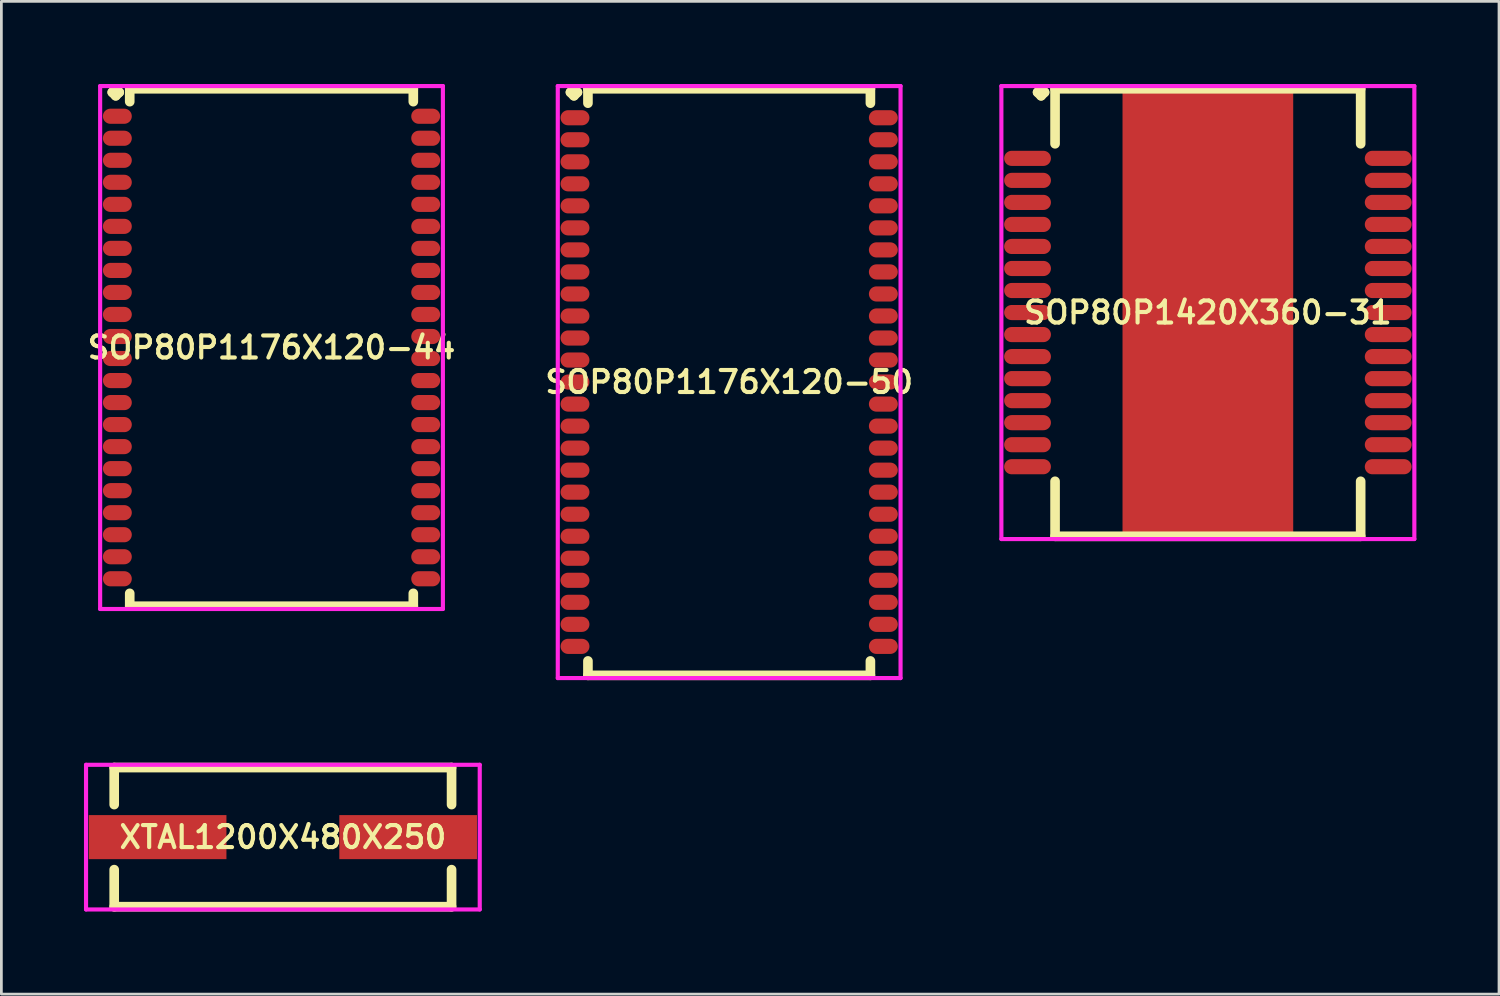
<source format=kicad_pcb>
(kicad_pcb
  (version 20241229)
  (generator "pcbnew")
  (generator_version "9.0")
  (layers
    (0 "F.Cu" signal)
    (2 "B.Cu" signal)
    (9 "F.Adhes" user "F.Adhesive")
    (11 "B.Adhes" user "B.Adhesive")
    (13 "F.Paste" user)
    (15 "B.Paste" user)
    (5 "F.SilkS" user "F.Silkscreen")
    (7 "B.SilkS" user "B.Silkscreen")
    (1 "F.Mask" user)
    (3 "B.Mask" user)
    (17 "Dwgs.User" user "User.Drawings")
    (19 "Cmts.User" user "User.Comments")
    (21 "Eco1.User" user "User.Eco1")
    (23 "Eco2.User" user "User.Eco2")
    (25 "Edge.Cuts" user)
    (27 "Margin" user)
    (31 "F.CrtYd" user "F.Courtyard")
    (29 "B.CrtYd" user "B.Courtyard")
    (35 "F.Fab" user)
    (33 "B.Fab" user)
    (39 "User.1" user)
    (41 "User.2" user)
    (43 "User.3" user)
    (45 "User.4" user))
  (footprint "XTAL1200X480X250"
    (layer "F.Cu")
    (at 7.225 27.356)
    (property "Reference" "XTAL1200X480X250" (at 0 0 0) (layer "F.SilkS") (effects (font (size 0.8 0.8) (thickness 0.15))))
    (attr smd)
    (fp_line (start -6.127 -2.527) (end 6.127 -2.527) (stroke (width 0.35) (type solid)) (layer "F.SilkS"))
    (fp_line (start -6.127 -1.181) (end -6.127 -2.527) (stroke (width 0.35) (type solid)) (layer "F.SilkS"))
    (fp_line (start -6.127 1.181) (end -6.127 2.527) (stroke (width 0.35) (type solid)) (layer "F.SilkS"))
    (fp_line (start -6.127 2.527) (end 6.127 2.527) (stroke (width 0.35) (type solid)) (layer "F.SilkS"))
    (fp_line (start 6.127 -2.527) (end 6.127 -1.181) (stroke (width 0.35) (type solid)) (layer "F.SilkS"))
    (fp_line (start 6.127 2.527) (end 6.127 1.181) (stroke (width 0.35) (type solid)) (layer "F.SilkS"))
    (fp_line (start -7.15 -2.627) (end 7.15 -2.627) (stroke (width 0.15) (type solid)) (layer "F.CrtYd"))
    (fp_line (start -7.15 2.627) (end -7.15 -2.627) (stroke (width 0.15) (type solid)) (layer "F.CrtYd"))
    (fp_line (start 7.15 -2.627) (end 7.15 2.627) (stroke (width 0.15) (type solid)) (layer "F.CrtYd"))
    (fp_line (start 7.15 2.627) (end -7.15 2.627) (stroke (width 0.15) (type solid)) (layer "F.CrtYd"))
    (pad "1" smd rect (at -4.55 0) (size 5 1.6) (layers "F.Cu" "F.Mask" "F.Paste"))
    (pad "2" smd rect (at 4.55 0) (size 5 1.6) (layers "F.Cu" "F.Mask" "F.Paste")))
  (footprint "SOP80P1176X120-50"
    (layer "F.Cu")
    (at 23.435 10.827)
    (property "Reference" "SOP80P1176X120-50" (at 0 0 0) (layer "F.SilkS") (effects (font (size 0.8 0.8) (thickness 0.15))))
    (attr smd)
    (fp_line (start -5.765 -10.525) (end -5.638 -10.652) (stroke (width 0.35) (type solid)) (layer "F.SilkS"))
    (fp_line (start -5.638 -10.652) (end -5.511 -10.525) (stroke (width 0.35) (type solid)) (layer "F.SilkS"))
    (fp_line (start -5.638 -10.398) (end -5.765 -10.525) (stroke (width 0.35) (type solid)) (layer "F.SilkS"))
    (fp_line (start -5.511 -10.525) (end -5.638 -10.398) (stroke (width 0.35) (type solid)) (layer "F.SilkS"))
    (fp_line (start -5.13 -10.652) (end 5.13 -10.652) (stroke (width 0.35) (type solid)) (layer "F.SilkS"))
    (fp_line (start -5.13 -10.129) (end -5.13 -10.652) (stroke (width 0.35) (type solid)) (layer "F.SilkS"))
    (fp_line (start -5.13 10.129) (end -5.13 10.652) (stroke (width 0.35) (type solid)) (layer "F.SilkS"))
    (fp_line (start -5.13 10.652) (end 5.13 10.652) (stroke (width 0.35) (type solid)) (layer "F.SilkS"))
    (fp_line (start 5.13 -10.652) (end 5.13 -10.129) (stroke (width 0.35) (type solid)) (layer "F.SilkS"))
    (fp_line (start 5.13 10.652) (end 5.13 10.129) (stroke (width 0.35) (type solid)) (layer "F.SilkS"))
    (fp_line (start -6.225 -10.752) (end 6.225 -10.752) (stroke (width 0.15) (type solid)) (layer "F.CrtYd"))
    (fp_line (start -6.225 10.752) (end -6.225 -10.752) (stroke (width 0.15) (type solid)) (layer "F.CrtYd"))
    (fp_line (start 6.225 -10.752) (end 6.225 10.752) (stroke (width 0.15) (type solid)) (layer "F.CrtYd"))
    (fp_line (start 6.225 10.752) (end -6.225 10.752) (stroke (width 0.15) (type solid)) (layer "F.CrtYd"))
    (pad "1" smd oval (at -5.6 -9.6) (size 1.05 0.55) (layers "F.Cu" "F.Mask" "F.Paste"))
    (pad "2" smd oval (at -5.6 -8.8) (size 1.05 0.55) (layers "F.Cu" "F.Mask" "F.Paste"))
    (pad "3" smd oval (at -5.6 -8) (size 1.05 0.55) (layers "F.Cu" "F.Mask" "F.Paste"))
    (pad "4" smd oval (at -5.6 -7.2) (size 1.05 0.55) (layers "F.Cu" "F.Mask" "F.Paste"))
    (pad "5" smd oval (at -5.6 -6.4) (size 1.05 0.55) (layers "F.Cu" "F.Mask" "F.Paste"))
    (pad "6" smd oval (at -5.6 -5.6) (size 1.05 0.55) (layers "F.Cu" "F.Mask" "F.Paste"))
    (pad "7" smd oval (at -5.6 -4.8) (size 1.05 0.55) (layers "F.Cu" "F.Mask" "F.Paste"))
    (pad "8" smd oval (at -5.6 -4) (size 1.05 0.55) (layers "F.Cu" "F.Mask" "F.Paste"))
    (pad "9" smd oval (at -5.6 -3.2) (size 1.05 0.55) (layers "F.Cu" "F.Mask" "F.Paste"))
    (pad "10" smd oval (at -5.6 -2.4) (size 1.05 0.55) (layers "F.Cu" "F.Mask" "F.Paste"))
    (pad "11" smd oval (at -5.6 -1.6) (size 1.05 0.55) (layers "F.Cu" "F.Mask" "F.Paste"))
    (pad "12" smd oval (at -5.6 -0.8) (size 1.05 0.55) (layers "F.Cu" "F.Mask" "F.Paste"))
    (pad "13" smd oval (at -5.6 0) (size 1.05 0.55) (layers "F.Cu" "F.Mask" "F.Paste"))
    (pad "14" smd oval (at -5.6 0.8) (size 1.05 0.55) (layers "F.Cu" "F.Mask" "F.Paste"))
    (pad "15" smd oval (at -5.6 1.6) (size 1.05 0.55) (layers "F.Cu" "F.Mask" "F.Paste"))
    (pad "16" smd oval (at -5.6 2.4) (size 1.05 0.55) (layers "F.Cu" "F.Mask" "F.Paste"))
    (pad "17" smd oval (at -5.6 3.2) (size 1.05 0.55) (layers "F.Cu" "F.Mask" "F.Paste"))
    (pad "18" smd oval (at -5.6 4) (size 1.05 0.55) (layers "F.Cu" "F.Mask" "F.Paste"))
    (pad "19" smd oval (at -5.6 4.8) (size 1.05 0.55) (layers "F.Cu" "F.Mask" "F.Paste"))
    (pad "20" smd oval (at -5.6 5.6) (size 1.05 0.55) (layers "F.Cu" "F.Mask" "F.Paste"))
    (pad "21" smd oval (at -5.6 6.4) (size 1.05 0.55) (layers "F.Cu" "F.Mask" "F.Paste"))
    (pad "22" smd oval (at -5.6 7.2) (size 1.05 0.55) (layers "F.Cu" "F.Mask" "F.Paste"))
    (pad "23" smd oval (at -5.6 8) (size 1.05 0.55) (layers "F.Cu" "F.Mask" "F.Paste"))
    (pad "24" smd oval (at -5.6 8.8) (size 1.05 0.55) (layers "F.Cu" "F.Mask" "F.Paste"))
    (pad "25" smd oval (at -5.6 9.6) (size 1.05 0.55) (layers "F.Cu" "F.Mask" "F.Paste"))
    (pad "26" smd oval (at 5.6 9.6) (size 1.05 0.55) (layers "F.Cu" "F.Mask" "F.Paste"))
    (pad "27" smd oval (at 5.6 8.8) (size 1.05 0.55) (layers "F.Cu" "F.Mask" "F.Paste"))
    (pad "28" smd oval (at 5.6 8) (size 1.05 0.55) (layers "F.Cu" "F.Mask" "F.Paste"))
    (pad "29" smd oval (at 5.6 7.2) (size 1.05 0.55) (layers "F.Cu" "F.Mask" "F.Paste"))
    (pad "30" smd oval (at 5.6 6.4) (size 1.05 0.55) (layers "F.Cu" "F.Mask" "F.Paste"))
    (pad "31" smd oval (at 5.6 5.6) (size 1.05 0.55) (layers "F.Cu" "F.Mask" "F.Paste"))
    (pad "32" smd oval (at 5.6 4.8) (size 1.05 0.55) (layers "F.Cu" "F.Mask" "F.Paste"))
    (pad "33" smd oval (at 5.6 4) (size 1.05 0.55) (layers "F.Cu" "F.Mask" "F.Paste"))
    (pad "34" smd oval (at 5.6 3.2) (size 1.05 0.55) (layers "F.Cu" "F.Mask" "F.Paste"))
    (pad "35" smd oval (at 5.6 2.4) (size 1.05 0.55) (layers "F.Cu" "F.Mask" "F.Paste"))
    (pad "36" smd oval (at 5.6 1.6) (size 1.05 0.55) (layers "F.Cu" "F.Mask" "F.Paste"))
    (pad "37" smd oval (at 5.6 0.8) (size 1.05 0.55) (layers "F.Cu" "F.Mask" "F.Paste"))
    (pad "38" smd oval (at 5.6 0) (size 1.05 0.55) (layers "F.Cu" "F.Mask" "F.Paste"))
    (pad "39" smd oval (at 5.6 -0.8) (size 1.05 0.55) (layers "F.Cu" "F.Mask" "F.Paste"))
    (pad "40" smd oval (at 5.6 -1.6) (size 1.05 0.55) (layers "F.Cu" "F.Mask" "F.Paste"))
    (pad "41" smd oval (at 5.6 -2.4) (size 1.05 0.55) (layers "F.Cu" "F.Mask" "F.Paste"))
    (pad "42" smd oval (at 5.6 -3.2) (size 1.05 0.55) (layers "F.Cu" "F.Mask" "F.Paste"))
    (pad "43" smd oval (at 5.6 -4) (size 1.05 0.55) (layers "F.Cu" "F.Mask" "F.Paste"))
    (pad "44" smd oval (at 5.6 -4.8) (size 1.05 0.55) (layers "F.Cu" "F.Mask" "F.Paste"))
    (pad "45" smd oval (at 5.6 -5.6) (size 1.05 0.55) (layers "F.Cu" "F.Mask" "F.Paste"))
    (pad "46" smd oval (at 5.6 -6.4) (size 1.05 0.55) (layers "F.Cu" "F.Mask" "F.Paste"))
    (pad "47" smd oval (at 5.6 -7.2) (size 1.05 0.55) (layers "F.Cu" "F.Mask" "F.Paste"))
    (pad "48" smd oval (at 5.6 -8) (size 1.05 0.55) (layers "F.Cu" "F.Mask" "F.Paste"))
    (pad "49" smd oval (at 5.6 -8.8) (size 1.05 0.55) (layers "F.Cu" "F.Mask" "F.Paste"))
    (pad "50" smd oval (at 5.6 -9.6) (size 1.05 0.55) (layers "F.Cu" "F.Mask" "F.Paste")))
  (footprint "SOP80P1420X360-31"
    (layer "F.Cu")
    (at 40.822 8.302)
    (property "Reference" "SOP80P1420X360-31" (at 0 0 0) (layer "F.SilkS") (effects (font (size 0.8 0.8) (thickness 0.15))))
    (attr smd)
    (fp_line (start -6.185 -8) (end -6.058 -8.127) (stroke (width 0.35) (type solid)) (layer "F.SilkS"))
    (fp_line (start -6.058 -8.127) (end -5.931 -8) (stroke (width 0.35) (type solid)) (layer "F.SilkS"))
    (fp_line (start -6.058 -7.873) (end -6.185 -8) (stroke (width 0.35) (type solid)) (layer "F.SilkS"))
    (fp_line (start -5.931 -8) (end -6.058 -7.873) (stroke (width 0.35) (type solid)) (layer "F.SilkS"))
    (fp_line (start -5.55 -8.127) (end 5.55 -8.127) (stroke (width 0.35) (type solid)) (layer "F.SilkS"))
    (fp_line (start -5.55 -6.129) (end -5.55 -8.127) (stroke (width 0.35) (type solid)) (layer "F.SilkS"))
    (fp_line (start -5.55 6.129) (end -5.55 8.127) (stroke (width 0.35) (type solid)) (layer "F.SilkS"))
    (fp_line (start -5.55 8.127) (end 5.55 8.127) (stroke (width 0.35) (type solid)) (layer "F.SilkS"))
    (fp_line (start 5.55 -8.127) (end 5.55 -6.129) (stroke (width 0.35) (type solid)) (layer "F.SilkS"))
    (fp_line (start 5.55 8.127) (end 5.55 6.129) (stroke (width 0.35) (type solid)) (layer "F.SilkS"))
    (fp_line (start -7.5 -8.227) (end 7.5 -8.227) (stroke (width 0.15) (type solid)) (layer "F.CrtYd"))
    (fp_line (start -7.5 8.227) (end -7.5 -8.227) (stroke (width 0.15) (type solid)) (layer "F.CrtYd"))
    (fp_line (start 7.5 -8.227) (end 7.5 8.227) (stroke (width 0.15) (type solid)) (layer "F.CrtYd"))
    (fp_line (start 7.5 8.227) (end -7.5 8.227) (stroke (width 0.15) (type solid)) (layer "F.CrtYd"))
    (pad "1" smd oval (at -6.55 -5.6) (size 1.7 0.55) (layers "F.Cu" "F.Mask" "F.Paste"))
    (pad "2" smd oval (at -6.55 -4.8) (size 1.7 0.55) (layers "F.Cu" "F.Mask" "F.Paste"))
    (pad "3" smd oval (at -6.55 -4) (size 1.7 0.55) (layers "F.Cu" "F.Mask" "F.Paste"))
    (pad "4" smd oval (at -6.55 -3.2) (size 1.7 0.55) (layers "F.Cu" "F.Mask" "F.Paste"))
    (pad "5" smd oval (at -6.55 -2.4) (size 1.7 0.55) (layers "F.Cu" "F.Mask" "F.Paste"))
    (pad "6" smd oval (at -6.55 -1.6) (size 1.7 0.55) (layers "F.Cu" "F.Mask" "F.Paste"))
    (pad "7" smd oval (at -6.55 -0.8) (size 1.7 0.55) (layers "F.Cu" "F.Mask" "F.Paste"))
    (pad "8" smd oval (at -6.55 0) (size 1.7 0.55) (layers "F.Cu" "F.Mask" "F.Paste"))
    (pad "9" smd oval (at -6.55 0.8) (size 1.7 0.55) (layers "F.Cu" "F.Mask" "F.Paste"))
    (pad "10" smd oval (at -6.55 1.6) (size 1.7 0.55) (layers "F.Cu" "F.Mask" "F.Paste"))
    (pad "11" smd oval (at -6.55 2.4) (size 1.7 0.55) (layers "F.Cu" "F.Mask" "F.Paste"))
    (pad "12" smd oval (at -6.55 3.2) (size 1.7 0.55) (layers "F.Cu" "F.Mask" "F.Paste"))
    (pad "13" smd oval (at -6.55 4) (size 1.7 0.55) (layers "F.Cu" "F.Mask" "F.Paste"))
    (pad "14" smd oval (at -6.55 4.8) (size 1.7 0.55) (layers "F.Cu" "F.Mask" "F.Paste"))
    (pad "15" smd oval (at -6.55 5.6) (size 1.7 0.55) (layers "F.Cu" "F.Mask" "F.Paste"))
    (pad "16" smd oval (at 6.55 5.6) (size 1.7 0.55) (layers "F.Cu" "F.Mask" "F.Paste"))
    (pad "17" smd oval (at 6.55 4.8) (size 1.7 0.55) (layers "F.Cu" "F.Mask" "F.Paste"))
    (pad "18" smd oval (at 6.55 4) (size 1.7 0.55) (layers "F.Cu" "F.Mask" "F.Paste"))
    (pad "19" smd oval (at 6.55 3.2) (size 1.7 0.55) (layers "F.Cu" "F.Mask" "F.Paste"))
    (pad "20" smd oval (at 6.55 2.4) (size 1.7 0.55) (layers "F.Cu" "F.Mask" "F.Paste"))
    (pad "21" smd oval (at 6.55 1.6) (size 1.7 0.55) (layers "F.Cu" "F.Mask" "F.Paste"))
    (pad "22" smd oval (at 6.55 0.8) (size 1.7 0.55) (layers "F.Cu" "F.Mask" "F.Paste"))
    (pad "23" smd oval (at 6.55 0) (size 1.7 0.55) (layers "F.Cu" "F.Mask" "F.Paste"))
    (pad "24" smd oval (at 6.55 -0.8) (size 1.7 0.55) (layers "F.Cu" "F.Mask" "F.Paste"))
    (pad "25" smd oval (at 6.55 -1.6) (size 1.7 0.55) (layers "F.Cu" "F.Mask" "F.Paste"))
    (pad "26" smd oval (at 6.55 -2.4) (size 1.7 0.55) (layers "F.Cu" "F.Mask" "F.Paste"))
    (pad "27" smd oval (at 6.55 -3.2) (size 1.7 0.55) (layers "F.Cu" "F.Mask" "F.Paste"))
    (pad "28" smd oval (at 6.55 -4) (size 1.7 0.55) (layers "F.Cu" "F.Mask" "F.Paste"))
    (pad "29" smd oval (at 6.55 -4.8) (size 1.7 0.55) (layers "F.Cu" "F.Mask" "F.Paste"))
    (pad "30" smd oval (at 6.55 -5.6) (size 1.7 0.55) (layers "F.Cu" "F.Mask" "F.Paste"))
    (pad "31" smd rect (at 0 0) (size 6.2 16) (layers "F.Cu" "F.Mask" "F.Paste")))
  (footprint "SOP80P1176X120-44"
    (layer "F.Cu")
    (at 6.812 9.572)
    (property "Reference" "SOP80P1176X120-44" (at 0 0 0) (layer "F.SilkS") (effects (font (size 0.8 0.8) (thickness 0.15))))
    (attr smd)
    (fp_line (start -5.785 -9.27) (end -5.658 -9.397) (stroke (width 0.35) (type solid)) (layer "F.SilkS"))
    (fp_line (start -5.658 -9.397) (end -5.531 -9.27) (stroke (width 0.35) (type solid)) (layer "F.SilkS"))
    (fp_line (start -5.658 -9.143) (end -5.785 -9.27) (stroke (width 0.35) (type solid)) (layer "F.SilkS"))
    (fp_line (start -5.531 -9.27) (end -5.658 -9.143) (stroke (width 0.35) (type solid)) (layer "F.SilkS"))
    (fp_line (start -5.15 -9.397) (end 5.15 -9.397) (stroke (width 0.35) (type solid)) (layer "F.SilkS"))
    (fp_line (start -5.15 -8.929) (end -5.15 -9.397) (stroke (width 0.35) (type solid)) (layer "F.SilkS"))
    (fp_line (start -5.15 8.929) (end -5.15 9.397) (stroke (width 0.35) (type solid)) (layer "F.SilkS"))
    (fp_line (start -5.15 9.397) (end 5.15 9.397) (stroke (width 0.35) (type solid)) (layer "F.SilkS"))
    (fp_line (start 5.15 -9.397) (end 5.15 -8.929) (stroke (width 0.35) (type solid)) (layer "F.SilkS"))
    (fp_line (start 5.15 9.397) (end 5.15 8.929) (stroke (width 0.35) (type solid)) (layer "F.SilkS"))
    (fp_line (start -6.225 -9.497) (end 6.225 -9.497) (stroke (width 0.15) (type solid)) (layer "F.CrtYd"))
    (fp_line (start -6.225 9.497) (end -6.225 -9.497) (stroke (width 0.15) (type solid)) (layer "F.CrtYd"))
    (fp_line (start 6.225 -9.497) (end 6.225 9.497) (stroke (width 0.15) (type solid)) (layer "F.CrtYd"))
    (fp_line (start 6.225 9.497) (end -6.225 9.497) (stroke (width 0.15) (type solid)) (layer "F.CrtYd"))
    (pad "1" smd oval (at -5.6 -8.4) (size 1.05 0.55) (layers "F.Cu" "F.Mask" "F.Paste"))
    (pad "2" smd oval (at -5.6 -7.6) (size 1.05 0.55) (layers "F.Cu" "F.Mask" "F.Paste"))
    (pad "3" smd oval (at -5.6 -6.8) (size 1.05 0.55) (layers "F.Cu" "F.Mask" "F.Paste"))
    (pad "4" smd oval (at -5.6 -6) (size 1.05 0.55) (layers "F.Cu" "F.Mask" "F.Paste"))
    (pad "5" smd oval (at -5.6 -5.2) (size 1.05 0.55) (layers "F.Cu" "F.Mask" "F.Paste"))
    (pad "6" smd oval (at -5.6 -4.4) (size 1.05 0.55) (layers "F.Cu" "F.Mask" "F.Paste"))
    (pad "7" smd oval (at -5.6 -3.6) (size 1.05 0.55) (layers "F.Cu" "F.Mask" "F.Paste"))
    (pad "8" smd oval (at -5.6 -2.8) (size 1.05 0.55) (layers "F.Cu" "F.Mask" "F.Paste"))
    (pad "9" smd oval (at -5.6 -2) (size 1.05 0.55) (layers "F.Cu" "F.Mask" "F.Paste"))
    (pad "10" smd oval (at -5.6 -1.2) (size 1.05 0.55) (layers "F.Cu" "F.Mask" "F.Paste"))
    (pad "11" smd oval (at -5.6 -0.4) (size 1.05 0.55) (layers "F.Cu" "F.Mask" "F.Paste"))
    (pad "12" smd oval (at -5.6 0.4) (size 1.05 0.55) (layers "F.Cu" "F.Mask" "F.Paste"))
    (pad "13" smd oval (at -5.6 1.2) (size 1.05 0.55) (layers "F.Cu" "F.Mask" "F.Paste"))
    (pad "14" smd oval (at -5.6 2) (size 1.05 0.55) (layers "F.Cu" "F.Mask" "F.Paste"))
    (pad "15" smd oval (at -5.6 2.8) (size 1.05 0.55) (layers "F.Cu" "F.Mask" "F.Paste"))
    (pad "16" smd oval (at -5.6 3.6) (size 1.05 0.55) (layers "F.Cu" "F.Mask" "F.Paste"))
    (pad "17" smd oval (at -5.6 4.4) (size 1.05 0.55) (layers "F.Cu" "F.Mask" "F.Paste"))
    (pad "18" smd oval (at -5.6 5.2) (size 1.05 0.55) (layers "F.Cu" "F.Mask" "F.Paste"))
    (pad "19" smd oval (at -5.6 6) (size 1.05 0.55) (layers "F.Cu" "F.Mask" "F.Paste"))
    (pad "20" smd oval (at -5.6 6.8) (size 1.05 0.55) (layers "F.Cu" "F.Mask" "F.Paste"))
    (pad "21" smd oval (at -5.6 7.6) (size 1.05 0.55) (layers "F.Cu" "F.Mask" "F.Paste"))
    (pad "22" smd oval (at -5.6 8.4) (size 1.05 0.55) (layers "F.Cu" "F.Mask" "F.Paste"))
    (pad "23" smd oval (at 5.6 8.4) (size 1.05 0.55) (layers "F.Cu" "F.Mask" "F.Paste"))
    (pad "24" smd oval (at 5.6 7.6) (size 1.05 0.55) (layers "F.Cu" "F.Mask" "F.Paste"))
    (pad "25" smd oval (at 5.6 6.8) (size 1.05 0.55) (layers "F.Cu" "F.Mask" "F.Paste"))
    (pad "26" smd oval (at 5.6 6) (size 1.05 0.55) (layers "F.Cu" "F.Mask" "F.Paste"))
    (pad "27" smd oval (at 5.6 5.2) (size 1.05 0.55) (layers "F.Cu" "F.Mask" "F.Paste"))
    (pad "28" smd oval (at 5.6 4.4) (size 1.05 0.55) (layers "F.Cu" "F.Mask" "F.Paste"))
    (pad "29" smd oval (at 5.6 3.6) (size 1.05 0.55) (layers "F.Cu" "F.Mask" "F.Paste"))
    (pad "30" smd oval (at 5.6 2.8) (size 1.05 0.55) (layers "F.Cu" "F.Mask" "F.Paste"))
    (pad "31" smd oval (at 5.6 2) (size 1.05 0.55) (layers "F.Cu" "F.Mask" "F.Paste"))
    (pad "32" smd oval (at 5.6 1.2) (size 1.05 0.55) (layers "F.Cu" "F.Mask" "F.Paste"))
    (pad "33" smd oval (at 5.6 0.4) (size 1.05 0.55) (layers "F.Cu" "F.Mask" "F.Paste"))
    (pad "34" smd oval (at 5.6 -0.4) (size 1.05 0.55) (layers "F.Cu" "F.Mask" "F.Paste"))
    (pad "35" smd oval (at 5.6 -1.2) (size 1.05 0.55) (layers "F.Cu" "F.Mask" "F.Paste"))
    (pad "36" smd oval (at 5.6 -2) (size 1.05 0.55) (layers "F.Cu" "F.Mask" "F.Paste"))
    (pad "37" smd oval (at 5.6 -2.8) (size 1.05 0.55) (layers "F.Cu" "F.Mask" "F.Paste"))
    (pad "38" smd oval (at 5.6 -3.6) (size 1.05 0.55) (layers "F.Cu" "F.Mask" "F.Paste"))
    (pad "39" smd oval (at 5.6 -4.4) (size 1.05 0.55) (layers "F.Cu" "F.Mask" "F.Paste"))
    (pad "40" smd oval (at 5.6 -5.2) (size 1.05 0.55) (layers "F.Cu" "F.Mask" "F.Paste"))
    (pad "41" smd oval (at 5.6 -6) (size 1.05 0.55) (layers "F.Cu" "F.Mask" "F.Paste"))
    (pad "42" smd oval (at 5.6 -6.8) (size 1.05 0.55) (layers "F.Cu" "F.Mask" "F.Paste"))
    (pad "43" smd oval (at 5.6 -7.6) (size 1.05 0.55) (layers "F.Cu" "F.Mask" "F.Paste"))
    (pad "44" smd oval (at 5.6 -8.4) (size 1.05 0.55) (layers "F.Cu" "F.Mask" "F.Paste")))
  (gr_rect
    (start -3 -3)
    (end 51.397 33.058)
    (stroke (width 0.1) (type default))
    (fill no)
    (layer "Edge.Cuts")))
</source>
